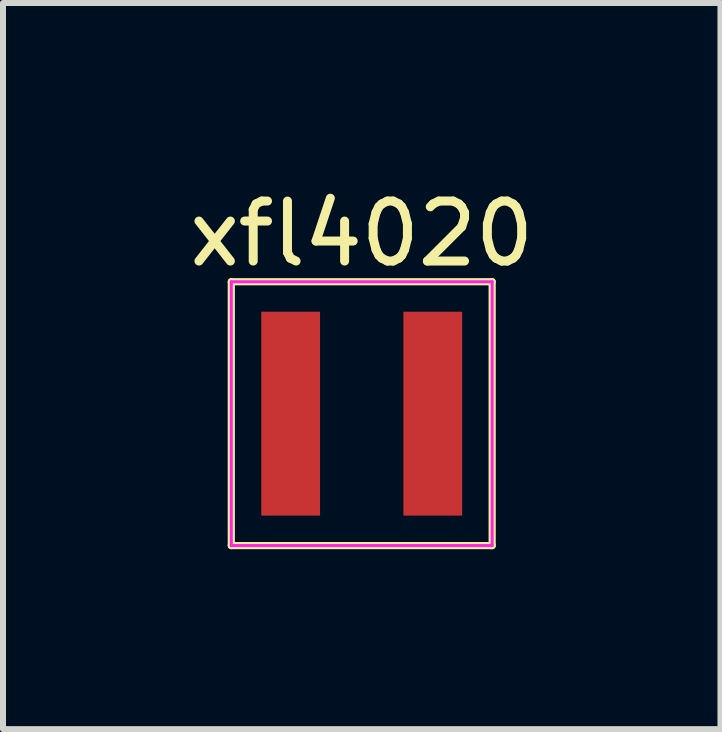
<source format=kicad_pcb>
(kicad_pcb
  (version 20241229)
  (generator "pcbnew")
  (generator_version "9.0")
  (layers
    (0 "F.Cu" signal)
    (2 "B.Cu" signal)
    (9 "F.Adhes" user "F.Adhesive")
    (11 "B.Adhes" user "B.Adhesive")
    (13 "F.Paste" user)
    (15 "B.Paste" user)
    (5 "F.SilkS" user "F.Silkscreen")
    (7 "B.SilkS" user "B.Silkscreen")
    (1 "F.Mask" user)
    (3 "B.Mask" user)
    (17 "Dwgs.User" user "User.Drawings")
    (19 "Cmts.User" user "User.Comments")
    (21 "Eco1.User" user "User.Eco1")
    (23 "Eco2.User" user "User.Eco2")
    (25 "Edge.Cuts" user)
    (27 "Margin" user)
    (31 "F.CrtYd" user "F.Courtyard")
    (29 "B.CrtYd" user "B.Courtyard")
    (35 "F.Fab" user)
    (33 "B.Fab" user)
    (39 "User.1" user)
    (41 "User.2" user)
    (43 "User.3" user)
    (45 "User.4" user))
  (footprint "xfl4020"
    (layer "F.Cu")
    (at 2.982 3.848)
    (property "Reference" "xfl4020" (at 0 -3 0) (layer "F.SilkS") (effects (font (size 1 1) (thickness 0.15))))
    (attr through_hole)
    (fp_line (start -2.175 -2.2) (end -2.175 2.2) (stroke (width 0.12) (type solid)) (layer "F.SilkS"))
    (fp_line (start -2.175 2.2) (end 2.175 2.2) (stroke (width 0.12) (type solid)) (layer "F.SilkS"))
    (fp_line (start 2.175 -2.2) (end -2.175 -2.2) (stroke (width 0.12) (type solid)) (layer "F.SilkS"))
    (fp_line (start 2.175 2.2) (end 2.175 -2.2) (stroke (width 0.12) (type solid)) (layer "F.SilkS"))
    (fp_line (start -2.175 -2.2) (end -2.175 2.2) (stroke (width 0.05) (type solid)) (layer "F.CrtYd"))
    (fp_line (start -2.175 2.2) (end 2.175 2.2) (stroke (width 0.05) (type solid)) (layer "F.CrtYd"))
    (fp_line (start 2.175 -2.2) (end -2.175 -2.2) (stroke (width 0.05) (type solid)) (layer "F.CrtYd"))
    (fp_line (start 2.175 2.2) (end 2.175 -2.2) (stroke (width 0.05) (type solid)) (layer "F.CrtYd"))
    (pad "1" smd rect (at -1.185 0) (size 0.98 3.4) (layers "F.Cu" "F.Mask" "F.Paste"))
    (pad "2" smd rect (at 1.185 0) (size 0.98 3.4) (layers "F.Cu" "F.Mask" "F.Paste")))
  (gr_rect
    (start -3 -3)
    (end 8.964 9.108)
    (stroke (width 0.1) (type default))
    (fill no)
    (layer "Edge.Cuts")))
</source>
